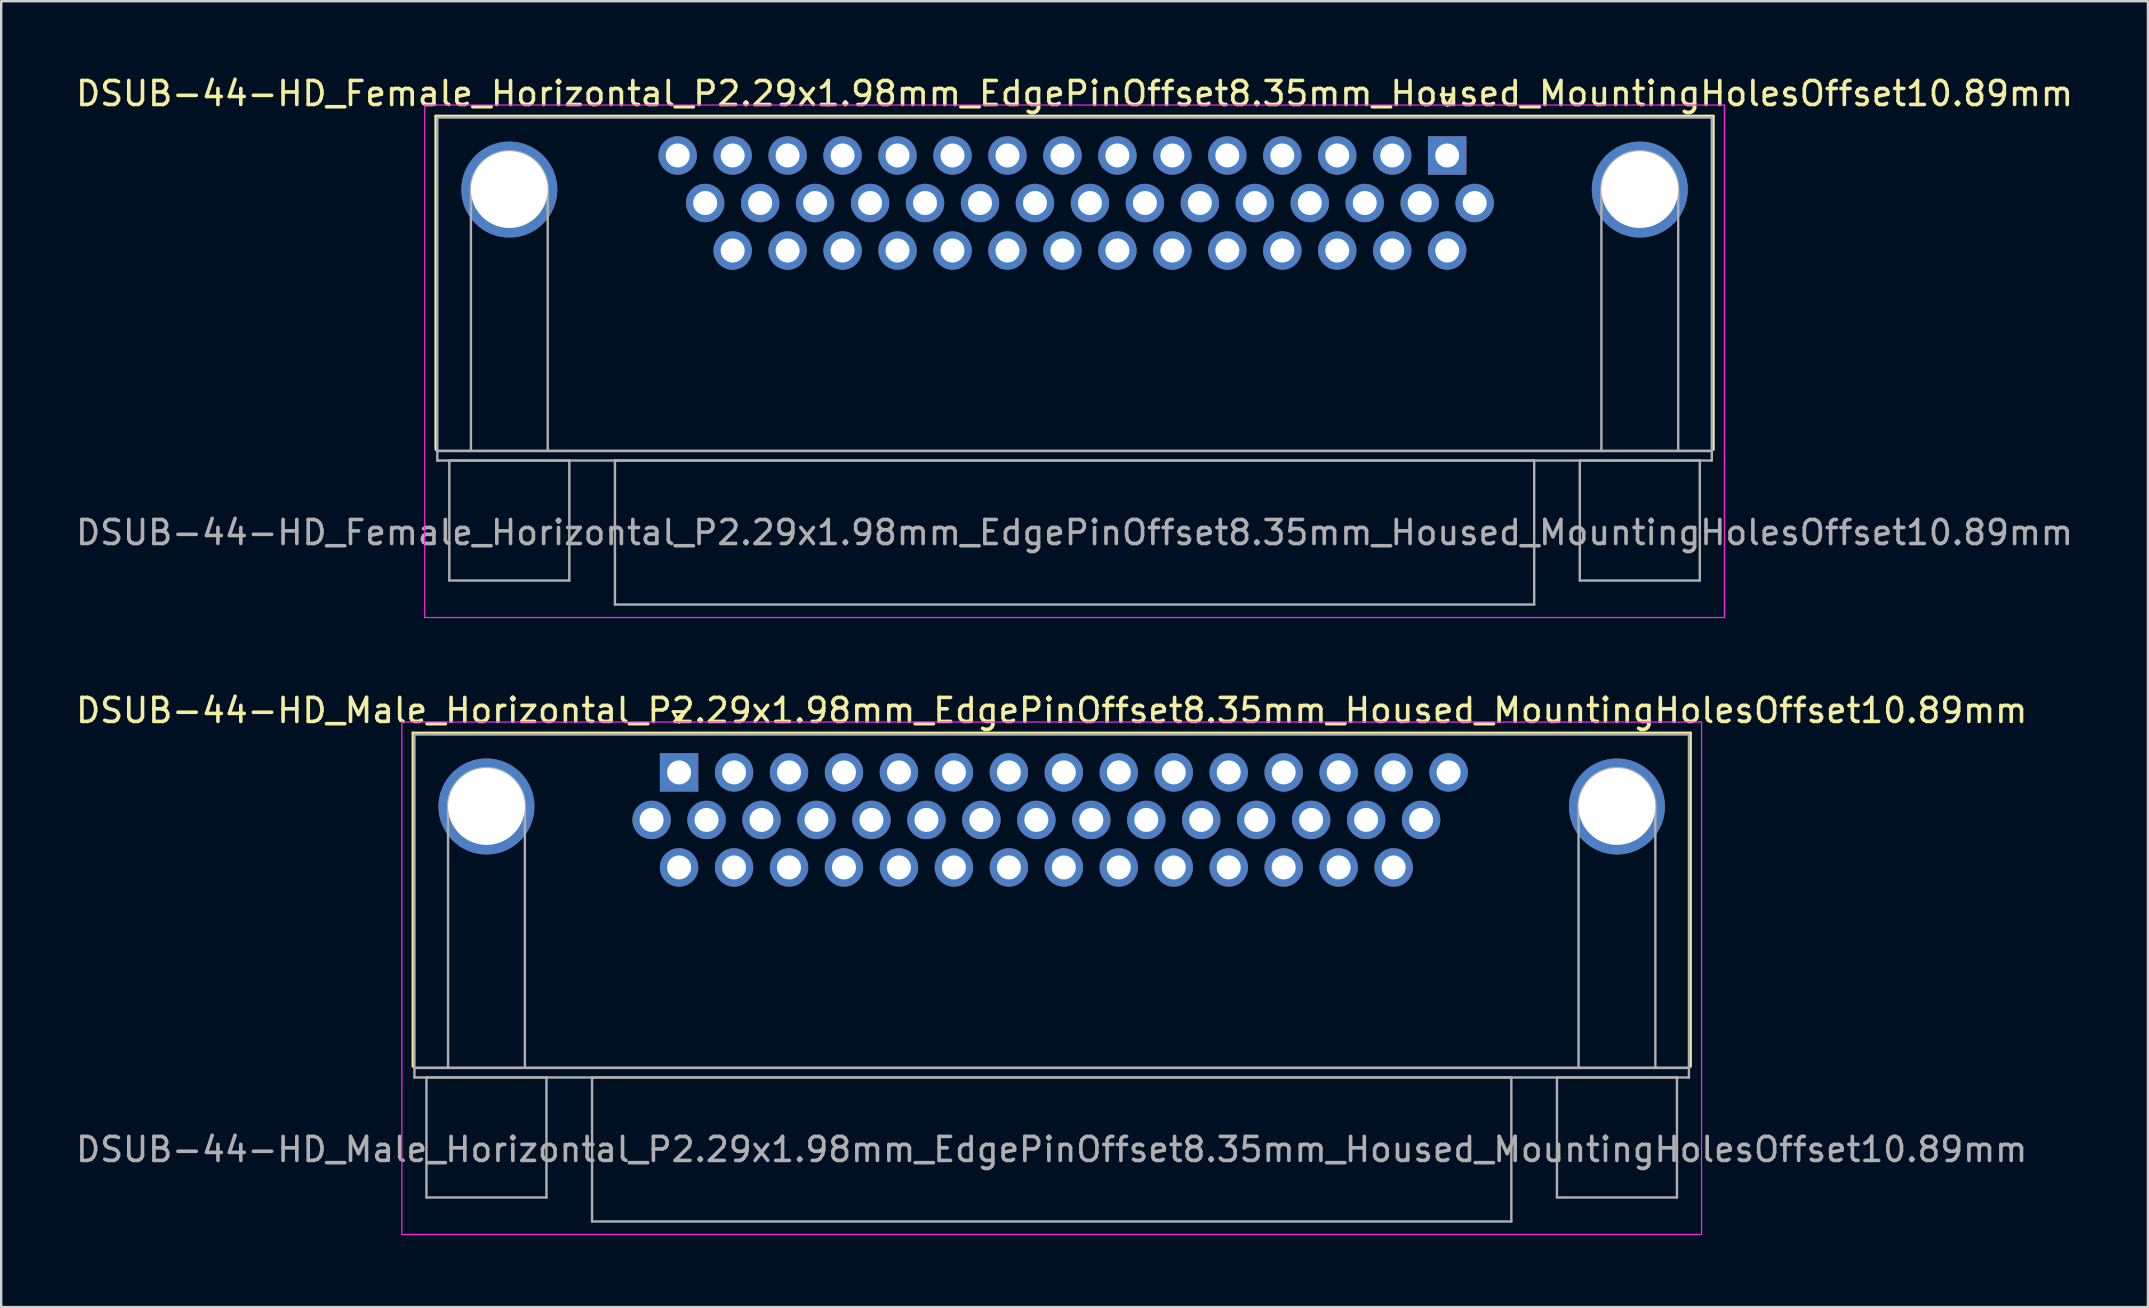
<source format=kicad_pcb>
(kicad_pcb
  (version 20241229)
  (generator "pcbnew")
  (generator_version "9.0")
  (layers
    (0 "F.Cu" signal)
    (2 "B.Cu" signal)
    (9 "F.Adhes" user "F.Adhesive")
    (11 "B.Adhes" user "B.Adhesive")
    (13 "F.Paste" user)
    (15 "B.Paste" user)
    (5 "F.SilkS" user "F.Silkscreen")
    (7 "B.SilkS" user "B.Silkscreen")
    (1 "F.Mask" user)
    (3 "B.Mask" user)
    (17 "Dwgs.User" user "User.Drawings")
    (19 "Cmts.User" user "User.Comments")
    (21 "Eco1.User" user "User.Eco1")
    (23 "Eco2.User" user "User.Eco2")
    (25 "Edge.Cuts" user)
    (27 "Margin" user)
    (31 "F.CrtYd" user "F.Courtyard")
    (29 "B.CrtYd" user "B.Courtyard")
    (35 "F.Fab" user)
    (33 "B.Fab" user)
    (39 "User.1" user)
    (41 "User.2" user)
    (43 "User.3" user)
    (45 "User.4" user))
  (footprint "DSUB-44-HD_Female_Horizontal_P2.29x1.98mm_EdgePinOffset8.35mm_Housed_MountingHolesOffset10.89mm"
    (layer "F.Cu")
    (at 57.245 3.428)
    (property "Reference" "DSUB-44-HD_Female_Horizontal_P2.29x1.98mm_EdgePinOffset8.35mm_Housed_MountingHolesOffset10.89mm" (at -15.525 -2.58 0) (layer "F.SilkS") (effects (font (size 1 1) (thickness 0.15))))
    (attr through_hole)
    (fp_line (start -42.135 -1.64) (end 11.085 -1.64) (stroke (width 0.12) (type solid)) (layer "F.SilkS"))
    (fp_line (start -42.135 12.25) (end -42.135 -1.64) (stroke (width 0.12) (type solid)) (layer "F.SilkS"))
    (fp_line (start -0.25 -2.534) (end 0.25 -2.534) (stroke (width 0.12) (type solid)) (layer "F.SilkS"))
    (fp_line (start 0 -2.101) (end -0.25 -2.534) (stroke (width 0.12) (type solid)) (layer "F.SilkS"))
    (fp_line (start 0.25 -2.534) (end 0 -2.101) (stroke (width 0.12) (type solid)) (layer "F.SilkS"))
    (fp_line (start 11.085 -1.64) (end 11.085 12.25) (stroke (width 0.12) (type solid)) (layer "F.SilkS"))
    (fp_line (start -42.6 -2.1) (end -42.6 19.25) (stroke (width 0.05) (type solid)) (layer "F.CrtYd"))
    (fp_line (start -42.6 19.25) (end 11.55 19.25) (stroke (width 0.05) (type solid)) (layer "F.CrtYd"))
    (fp_line (start 11.55 -2.1) (end -42.6 -2.1) (stroke (width 0.05) (type solid)) (layer "F.CrtYd"))
    (fp_line (start 11.55 19.25) (end 11.55 -2.1) (stroke (width 0.05) (type solid)) (layer "F.CrtYd"))
    (fp_line (start -42.075 -1.58) (end -42.075 12.31) (stroke (width 0.1) (type solid)) (layer "F.Fab"))
    (fp_line (start -42.075 12.31) (end -42.075 12.71) (stroke (width 0.1) (type solid)) (layer "F.Fab"))
    (fp_line (start -42.075 12.31) (end 11.025 12.31) (stroke (width 0.1) (type solid)) (layer "F.Fab"))
    (fp_line (start -42.075 12.71) (end 11.025 12.71) (stroke (width 0.1) (type solid)) (layer "F.Fab"))
    (fp_line (start -41.575 12.71) (end -41.575 17.71) (stroke (width 0.1) (type solid)) (layer "F.Fab"))
    (fp_line (start -41.575 17.71) (end -36.575 17.71) (stroke (width 0.1) (type solid)) (layer "F.Fab"))
    (fp_line (start -40.675 12.31) (end -40.675 1.42) (stroke (width 0.1) (type solid)) (layer "F.Fab"))
    (fp_line (start -37.475 12.31) (end -37.475 1.42) (stroke (width 0.1) (type solid)) (layer "F.Fab"))
    (fp_line (start -36.575 12.71) (end -41.575 12.71) (stroke (width 0.1) (type solid)) (layer "F.Fab"))
    (fp_line (start -36.575 17.71) (end -36.575 12.71) (stroke (width 0.1) (type solid)) (layer "F.Fab"))
    (fp_line (start -34.675 12.71) (end -34.675 18.71) (stroke (width 0.1) (type solid)) (layer "F.Fab"))
    (fp_line (start -34.675 18.71) (end 3.625 18.71) (stroke (width 0.1) (type solid)) (layer "F.Fab"))
    (fp_line (start 3.625 12.71) (end -34.675 12.71) (stroke (width 0.1) (type solid)) (layer "F.Fab"))
    (fp_line (start 3.625 18.71) (end 3.625 12.71) (stroke (width 0.1) (type solid)) (layer "F.Fab"))
    (fp_line (start 5.525 12.71) (end 5.525 17.71) (stroke (width 0.1) (type solid)) (layer "F.Fab"))
    (fp_line (start 5.525 17.71) (end 10.525 17.71) (stroke (width 0.1) (type solid)) (layer "F.Fab"))
    (fp_line (start 6.425 12.31) (end 6.425 1.42) (stroke (width 0.1) (type solid)) (layer "F.Fab"))
    (fp_line (start 9.625 12.31) (end 9.625 1.42) (stroke (width 0.1) (type solid)) (layer "F.Fab"))
    (fp_line (start 10.525 12.71) (end 5.525 12.71) (stroke (width 0.1) (type solid)) (layer "F.Fab"))
    (fp_line (start 10.525 17.71) (end 10.525 12.71) (stroke (width 0.1) (type solid)) (layer "F.Fab"))
    (fp_line (start 11.025 -1.58) (end -42.075 -1.58) (stroke (width 0.1) (type solid)) (layer "F.Fab"))
    (fp_line (start 11.025 12.31) (end -42.075 12.31) (stroke (width 0.1) (type solid)) (layer "F.Fab"))
    (fp_line (start 11.025 12.31) (end 11.025 -1.58) (stroke (width 0.1) (type solid)) (layer "F.Fab"))
    (fp_line (start 11.025 12.71) (end 11.025 12.31) (stroke (width 0.1) (type solid)) (layer "F.Fab"))
    (fp_arc (start -40.675 1.42) (mid -39.075 -0.18) (end -37.475 1.42) (stroke (width 0.1) (type solid)) (layer "F.Fab"))
    (fp_arc (start 6.425 1.42) (mid 8.025 -0.18) (end 9.625 1.42) (stroke (width 0.1) (type solid)) (layer "F.Fab"))
    (fp_text user "${REFERENCE}" (at -15.525 15.71 0) (layer "F.Fab") (effects (font (size 1 1) (thickness 0.15))))
    (pad "0" thru_hole circle (at -39.075 1.42) (size 4 4) (drill 3.2) (layers "*.Cu" "*.Mask"))
    (pad "0" thru_hole circle (at 8.025 1.42) (size 4 4) (drill 3.2) (layers "*.Cu" "*.Mask"))
    (pad "1" thru_hole rect (at 0 0) (size 1.6 1.6) (drill 1) (layers "*.Cu" "*.Mask"))
    (pad "2" thru_hole circle (at -2.29 0) (size 1.6 1.6) (drill 1) (layers "*.Cu" "*.Mask"))
    (pad "3" thru_hole circle (at -4.58 0) (size 1.6 1.6) (drill 1) (layers "*.Cu" "*.Mask"))
    (pad "4" thru_hole circle (at -6.87 0) (size 1.6 1.6) (drill 1) (layers "*.Cu" "*.Mask"))
    (pad "5" thru_hole circle (at -9.16 0) (size 1.6 1.6) (drill 1) (layers "*.Cu" "*.Mask"))
    (pad "6" thru_hole circle (at -11.45 0) (size 1.6 1.6) (drill 1) (layers "*.Cu" "*.Mask"))
    (pad "7" thru_hole circle (at -13.74 0) (size 1.6 1.6) (drill 1) (layers "*.Cu" "*.Mask"))
    (pad "8" thru_hole circle (at -16.03 0) (size 1.6 1.6) (drill 1) (layers "*.Cu" "*.Mask"))
    (pad "9" thru_hole circle (at -18.32 0) (size 1.6 1.6) (drill 1) (layers "*.Cu" "*.Mask"))
    (pad "10" thru_hole circle (at -20.61 0) (size 1.6 1.6) (drill 1) (layers "*.Cu" "*.Mask"))
    (pad "11" thru_hole circle (at -22.9 0) (size 1.6 1.6) (drill 1) (layers "*.Cu" "*.Mask"))
    (pad "12" thru_hole circle (at -25.19 0) (size 1.6 1.6) (drill 1) (layers "*.Cu" "*.Mask"))
    (pad "13" thru_hole circle (at -27.48 0) (size 1.6 1.6) (drill 1) (layers "*.Cu" "*.Mask"))
    (pad "14" thru_hole circle (at -29.77 0) (size 1.6 1.6) (drill 1) (layers "*.Cu" "*.Mask"))
    (pad "15" thru_hole circle (at -32.06 0) (size 1.6 1.6) (drill 1) (layers "*.Cu" "*.Mask"))
    (pad "16" thru_hole circle (at 1.145 1.98) (size 1.6 1.6) (drill 1) (layers "*.Cu" "*.Mask"))
    (pad "17" thru_hole circle (at -1.145 1.98) (size 1.6 1.6) (drill 1) (layers "*.Cu" "*.Mask"))
    (pad "18" thru_hole circle (at -3.435 1.98) (size 1.6 1.6) (drill 1) (layers "*.Cu" "*.Mask"))
    (pad "19" thru_hole circle (at -5.725 1.98) (size 1.6 1.6) (drill 1) (layers "*.Cu" "*.Mask"))
    (pad "20" thru_hole circle (at -8.015 1.98) (size 1.6 1.6) (drill 1) (layers "*.Cu" "*.Mask"))
    (pad "21" thru_hole circle (at -10.305 1.98) (size 1.6 1.6) (drill 1) (layers "*.Cu" "*.Mask"))
    (pad "22" thru_hole circle (at -12.595 1.98) (size 1.6 1.6) (drill 1) (layers "*.Cu" "*.Mask"))
    (pad "23" thru_hole circle (at -14.885 1.98) (size 1.6 1.6) (drill 1) (layers "*.Cu" "*.Mask"))
    (pad "24" thru_hole circle (at -17.175 1.98) (size 1.6 1.6) (drill 1) (layers "*.Cu" "*.Mask"))
    (pad "25" thru_hole circle (at -19.465 1.98) (size 1.6 1.6) (drill 1) (layers "*.Cu" "*.Mask"))
    (pad "26" thru_hole circle (at -21.755 1.98) (size 1.6 1.6) (drill 1) (layers "*.Cu" "*.Mask"))
    (pad "27" thru_hole circle (at -24.045 1.98) (size 1.6 1.6) (drill 1) (layers "*.Cu" "*.Mask"))
    (pad "28" thru_hole circle (at -26.335 1.98) (size 1.6 1.6) (drill 1) (layers "*.Cu" "*.Mask"))
    (pad "29" thru_hole circle (at -28.625 1.98) (size 1.6 1.6) (drill 1) (layers "*.Cu" "*.Mask"))
    (pad "30" thru_hole circle (at -30.915 1.98) (size 1.6 1.6) (drill 1) (layers "*.Cu" "*.Mask"))
    (pad "31" thru_hole circle (at 0 3.96) (size 1.6 1.6) (drill 1) (layers "*.Cu" "*.Mask"))
    (pad "32" thru_hole circle (at -2.29 3.96) (size 1.6 1.6) (drill 1) (layers "*.Cu" "*.Mask"))
    (pad "33" thru_hole circle (at -4.58 3.96) (size 1.6 1.6) (drill 1) (layers "*.Cu" "*.Mask"))
    (pad "34" thru_hole circle (at -6.87 3.96) (size 1.6 1.6) (drill 1) (layers "*.Cu" "*.Mask"))
    (pad "35" thru_hole circle (at -9.16 3.96) (size 1.6 1.6) (drill 1) (layers "*.Cu" "*.Mask"))
    (pad "36" thru_hole circle (at -11.45 3.96) (size 1.6 1.6) (drill 1) (layers "*.Cu" "*.Mask"))
    (pad "37" thru_hole circle (at -13.74 3.96) (size 1.6 1.6) (drill 1) (layers "*.Cu" "*.Mask"))
    (pad "38" thru_hole circle (at -16.03 3.96) (size 1.6 1.6) (drill 1) (layers "*.Cu" "*.Mask"))
    (pad "39" thru_hole circle (at -18.32 3.96) (size 1.6 1.6) (drill 1) (layers "*.Cu" "*.Mask"))
    (pad "40" thru_hole circle (at -20.61 3.96) (size 1.6 1.6) (drill 1) (layers "*.Cu" "*.Mask"))
    (pad "41" thru_hole circle (at -22.9 3.96) (size 1.6 1.6) (drill 1) (layers "*.Cu" "*.Mask"))
    (pad "42" thru_hole circle (at -25.19 3.96) (size 1.6 1.6) (drill 1) (layers "*.Cu" "*.Mask"))
    (pad "43" thru_hole circle (at -27.48 3.96) (size 1.6 1.6) (drill 1) (layers "*.Cu" "*.Mask"))
    (pad "44" thru_hole circle (at -29.77 3.96) (size 1.6 1.6) (drill 1) (layers "*.Cu" "*.Mask")))
  (footprint "DSUB-44-HD_Male_Horizontal_P2.29x1.98mm_EdgePinOffset8.35mm_Housed_MountingHolesOffset10.89mm"
    (layer "F.Cu")
    (at 25.243 29.131)
    (property "Reference" "DSUB-44-HD_Male_Horizontal_P2.29x1.98mm_EdgePinOffset8.35mm_Housed_MountingHolesOffset10.89mm" (at 15.525 -2.58 0) (layer "F.SilkS") (effects (font (size 1 1) (thickness 0.15))))
    (attr through_hole)
    (fp_line (start -11.085 -1.64) (end 42.135 -1.64) (stroke (width 0.12) (type solid)) (layer "F.SilkS"))
    (fp_line (start -11.085 12.25) (end -11.085 -1.64) (stroke (width 0.12) (type solid)) (layer "F.SilkS"))
    (fp_line (start -0.25 -2.534) (end 0.25 -2.534) (stroke (width 0.12) (type solid)) (layer "F.SilkS"))
    (fp_line (start 0 -2.101) (end -0.25 -2.534) (stroke (width 0.12) (type solid)) (layer "F.SilkS"))
    (fp_line (start 0.25 -2.534) (end 0 -2.101) (stroke (width 0.12) (type solid)) (layer "F.SilkS"))
    (fp_line (start 42.135 -1.64) (end 42.135 12.25) (stroke (width 0.12) (type solid)) (layer "F.SilkS"))
    (fp_line (start -11.55 -2.1) (end -11.55 19.25) (stroke (width 0.05) (type solid)) (layer "F.CrtYd"))
    (fp_line (start -11.55 19.25) (end 42.6 19.25) (stroke (width 0.05) (type solid)) (layer "F.CrtYd"))
    (fp_line (start 42.6 -2.1) (end -11.55 -2.1) (stroke (width 0.05) (type solid)) (layer "F.CrtYd"))
    (fp_line (start 42.6 19.25) (end 42.6 -2.1) (stroke (width 0.05) (type solid)) (layer "F.CrtYd"))
    (fp_line (start -11.025 -1.58) (end -11.025 12.31) (stroke (width 0.1) (type solid)) (layer "F.Fab"))
    (fp_line (start -11.025 12.31) (end -11.025 12.71) (stroke (width 0.1) (type solid)) (layer "F.Fab"))
    (fp_line (start -11.025 12.31) (end 42.075 12.31) (stroke (width 0.1) (type solid)) (layer "F.Fab"))
    (fp_line (start -11.025 12.71) (end 42.075 12.71) (stroke (width 0.1) (type solid)) (layer "F.Fab"))
    (fp_line (start -10.525 12.71) (end -10.525 17.71) (stroke (width 0.1) (type solid)) (layer "F.Fab"))
    (fp_line (start -10.525 17.71) (end -5.525 17.71) (stroke (width 0.1) (type solid)) (layer "F.Fab"))
    (fp_line (start -9.625 12.31) (end -9.625 1.42) (stroke (width 0.1) (type solid)) (layer "F.Fab"))
    (fp_line (start -6.425 12.31) (end -6.425 1.42) (stroke (width 0.1) (type solid)) (layer "F.Fab"))
    (fp_line (start -5.525 12.71) (end -10.525 12.71) (stroke (width 0.1) (type solid)) (layer "F.Fab"))
    (fp_line (start -5.525 17.71) (end -5.525 12.71) (stroke (width 0.1) (type solid)) (layer "F.Fab"))
    (fp_line (start -3.625 12.71) (end -3.625 18.71) (stroke (width 0.1) (type solid)) (layer "F.Fab"))
    (fp_line (start -3.625 18.71) (end 34.675 18.71) (stroke (width 0.1) (type solid)) (layer "F.Fab"))
    (fp_line (start 34.675 12.71) (end -3.625 12.71) (stroke (width 0.1) (type solid)) (layer "F.Fab"))
    (fp_line (start 34.675 18.71) (end 34.675 12.71) (stroke (width 0.1) (type solid)) (layer "F.Fab"))
    (fp_line (start 36.575 12.71) (end 36.575 17.71) (stroke (width 0.1) (type solid)) (layer "F.Fab"))
    (fp_line (start 36.575 17.71) (end 41.575 17.71) (stroke (width 0.1) (type solid)) (layer "F.Fab"))
    (fp_line (start 37.475 12.31) (end 37.475 1.42) (stroke (width 0.1) (type solid)) (layer "F.Fab"))
    (fp_line (start 40.675 12.31) (end 40.675 1.42) (stroke (width 0.1) (type solid)) (layer "F.Fab"))
    (fp_line (start 41.575 12.71) (end 36.575 12.71) (stroke (width 0.1) (type solid)) (layer "F.Fab"))
    (fp_line (start 41.575 17.71) (end 41.575 12.71) (stroke (width 0.1) (type solid)) (layer "F.Fab"))
    (fp_line (start 42.075 -1.58) (end -11.025 -1.58) (stroke (width 0.1) (type solid)) (layer "F.Fab"))
    (fp_line (start 42.075 12.31) (end -11.025 12.31) (stroke (width 0.1) (type solid)) (layer "F.Fab"))
    (fp_line (start 42.075 12.31) (end 42.075 -1.58) (stroke (width 0.1) (type solid)) (layer "F.Fab"))
    (fp_line (start 42.075 12.71) (end 42.075 12.31) (stroke (width 0.1) (type solid)) (layer "F.Fab"))
    (fp_arc (start -9.625 1.42) (mid -8.025 -0.18) (end -6.425 1.42) (stroke (width 0.1) (type solid)) (layer "F.Fab"))
    (fp_arc (start 37.475 1.42) (mid 39.075 -0.18) (end 40.675 1.42) (stroke (width 0.1) (type solid)) (layer "F.Fab"))
    (fp_text user "${REFERENCE}" (at 15.525 15.71 0) (layer "F.Fab") (effects (font (size 1 1) (thickness 0.15))))
    (pad "0" thru_hole circle (at -8.025 1.42) (size 4 4) (drill 3.2) (layers "*.Cu" "*.Mask"))
    (pad "0" thru_hole circle (at 39.075 1.42) (size 4 4) (drill 3.2) (layers "*.Cu" "*.Mask"))
    (pad "1" thru_hole rect (at 0 0) (size 1.6 1.6) (drill 1) (layers "*.Cu" "*.Mask"))
    (pad "2" thru_hole circle (at 2.29 0) (size 1.6 1.6) (drill 1) (layers "*.Cu" "*.Mask"))
    (pad "3" thru_hole circle (at 4.58 0) (size 1.6 1.6) (drill 1) (layers "*.Cu" "*.Mask"))
    (pad "4" thru_hole circle (at 6.87 0) (size 1.6 1.6) (drill 1) (layers "*.Cu" "*.Mask"))
    (pad "5" thru_hole circle (at 9.16 0) (size 1.6 1.6) (drill 1) (layers "*.Cu" "*.Mask"))
    (pad "6" thru_hole circle (at 11.45 0) (size 1.6 1.6) (drill 1) (layers "*.Cu" "*.Mask"))
    (pad "7" thru_hole circle (at 13.74 0) (size 1.6 1.6) (drill 1) (layers "*.Cu" "*.Mask"))
    (pad "8" thru_hole circle (at 16.03 0) (size 1.6 1.6) (drill 1) (layers "*.Cu" "*.Mask"))
    (pad "9" thru_hole circle (at 18.32 0) (size 1.6 1.6) (drill 1) (layers "*.Cu" "*.Mask"))
    (pad "10" thru_hole circle (at 20.61 0) (size 1.6 1.6) (drill 1) (layers "*.Cu" "*.Mask"))
    (pad "11" thru_hole circle (at 22.9 0) (size 1.6 1.6) (drill 1) (layers "*.Cu" "*.Mask"))
    (pad "12" thru_hole circle (at 25.19 0) (size 1.6 1.6) (drill 1) (layers "*.Cu" "*.Mask"))
    (pad "13" thru_hole circle (at 27.48 0) (size 1.6 1.6) (drill 1) (layers "*.Cu" "*.Mask"))
    (pad "14" thru_hole circle (at 29.77 0) (size 1.6 1.6) (drill 1) (layers "*.Cu" "*.Mask"))
    (pad "15" thru_hole circle (at 32.06 0) (size 1.6 1.6) (drill 1) (layers "*.Cu" "*.Mask"))
    (pad "16" thru_hole circle (at -1.145 1.98) (size 1.6 1.6) (drill 1) (layers "*.Cu" "*.Mask"))
    (pad "17" thru_hole circle (at 1.145 1.98) (size 1.6 1.6) (drill 1) (layers "*.Cu" "*.Mask"))
    (pad "18" thru_hole circle (at 3.435 1.98) (size 1.6 1.6) (drill 1) (layers "*.Cu" "*.Mask"))
    (pad "19" thru_hole circle (at 5.725 1.98) (size 1.6 1.6) (drill 1) (layers "*.Cu" "*.Mask"))
    (pad "20" thru_hole circle (at 8.015 1.98) (size 1.6 1.6) (drill 1) (layers "*.Cu" "*.Mask"))
    (pad "21" thru_hole circle (at 10.305 1.98) (size 1.6 1.6) (drill 1) (layers "*.Cu" "*.Mask"))
    (pad "22" thru_hole circle (at 12.595 1.98) (size 1.6 1.6) (drill 1) (layers "*.Cu" "*.Mask"))
    (pad "23" thru_hole circle (at 14.885 1.98) (size 1.6 1.6) (drill 1) (layers "*.Cu" "*.Mask"))
    (pad "24" thru_hole circle (at 17.175 1.98) (size 1.6 1.6) (drill 1) (layers "*.Cu" "*.Mask"))
    (pad "25" thru_hole circle (at 19.465 1.98) (size 1.6 1.6) (drill 1) (layers "*.Cu" "*.Mask"))
    (pad "26" thru_hole circle (at 21.755 1.98) (size 1.6 1.6) (drill 1) (layers "*.Cu" "*.Mask"))
    (pad "27" thru_hole circle (at 24.045 1.98) (size 1.6 1.6) (drill 1) (layers "*.Cu" "*.Mask"))
    (pad "28" thru_hole circle (at 26.335 1.98) (size 1.6 1.6) (drill 1) (layers "*.Cu" "*.Mask"))
    (pad "29" thru_hole circle (at 28.625 1.98) (size 1.6 1.6) (drill 1) (layers "*.Cu" "*.Mask"))
    (pad "30" thru_hole circle (at 30.915 1.98) (size 1.6 1.6) (drill 1) (layers "*.Cu" "*.Mask"))
    (pad "31" thru_hole circle (at 0 3.96) (size 1.6 1.6) (drill 1) (layers "*.Cu" "*.Mask"))
    (pad "32" thru_hole circle (at 2.29 3.96) (size 1.6 1.6) (drill 1) (layers "*.Cu" "*.Mask"))
    (pad "33" thru_hole circle (at 4.58 3.96) (size 1.6 1.6) (drill 1) (layers "*.Cu" "*.Mask"))
    (pad "34" thru_hole circle (at 6.87 3.96) (size 1.6 1.6) (drill 1) (layers "*.Cu" "*.Mask"))
    (pad "35" thru_hole circle (at 9.16 3.96) (size 1.6 1.6) (drill 1) (layers "*.Cu" "*.Mask"))
    (pad "36" thru_hole circle (at 11.45 3.96) (size 1.6 1.6) (drill 1) (layers "*.Cu" "*.Mask"))
    (pad "37" thru_hole circle (at 13.74 3.96) (size 1.6 1.6) (drill 1) (layers "*.Cu" "*.Mask"))
    (pad "38" thru_hole circle (at 16.03 3.96) (size 1.6 1.6) (drill 1) (layers "*.Cu" "*.Mask"))
    (pad "39" thru_hole circle (at 18.32 3.96) (size 1.6 1.6) (drill 1) (layers "*.Cu" "*.Mask"))
    (pad "40" thru_hole circle (at 20.61 3.96) (size 1.6 1.6) (drill 1) (layers "*.Cu" "*.Mask"))
    (pad "41" thru_hole circle (at 22.9 3.96) (size 1.6 1.6) (drill 1) (layers "*.Cu" "*.Mask"))
    (pad "42" thru_hole circle (at 25.19 3.96) (size 1.6 1.6) (drill 1) (layers "*.Cu" "*.Mask"))
    (pad "43" thru_hole circle (at 27.48 3.96) (size 1.6 1.6) (drill 1) (layers "*.Cu" "*.Mask"))
    (pad "44" thru_hole circle (at 29.77 3.96) (size 1.6 1.6) (drill 1) (layers "*.Cu" "*.Mask")))
  (gr_rect
    (start -3 -3)
    (end 86.44 51.407)
    (stroke (width 0.1) (type default))
    (fill no)
    (layer "Edge.Cuts")))
</source>
